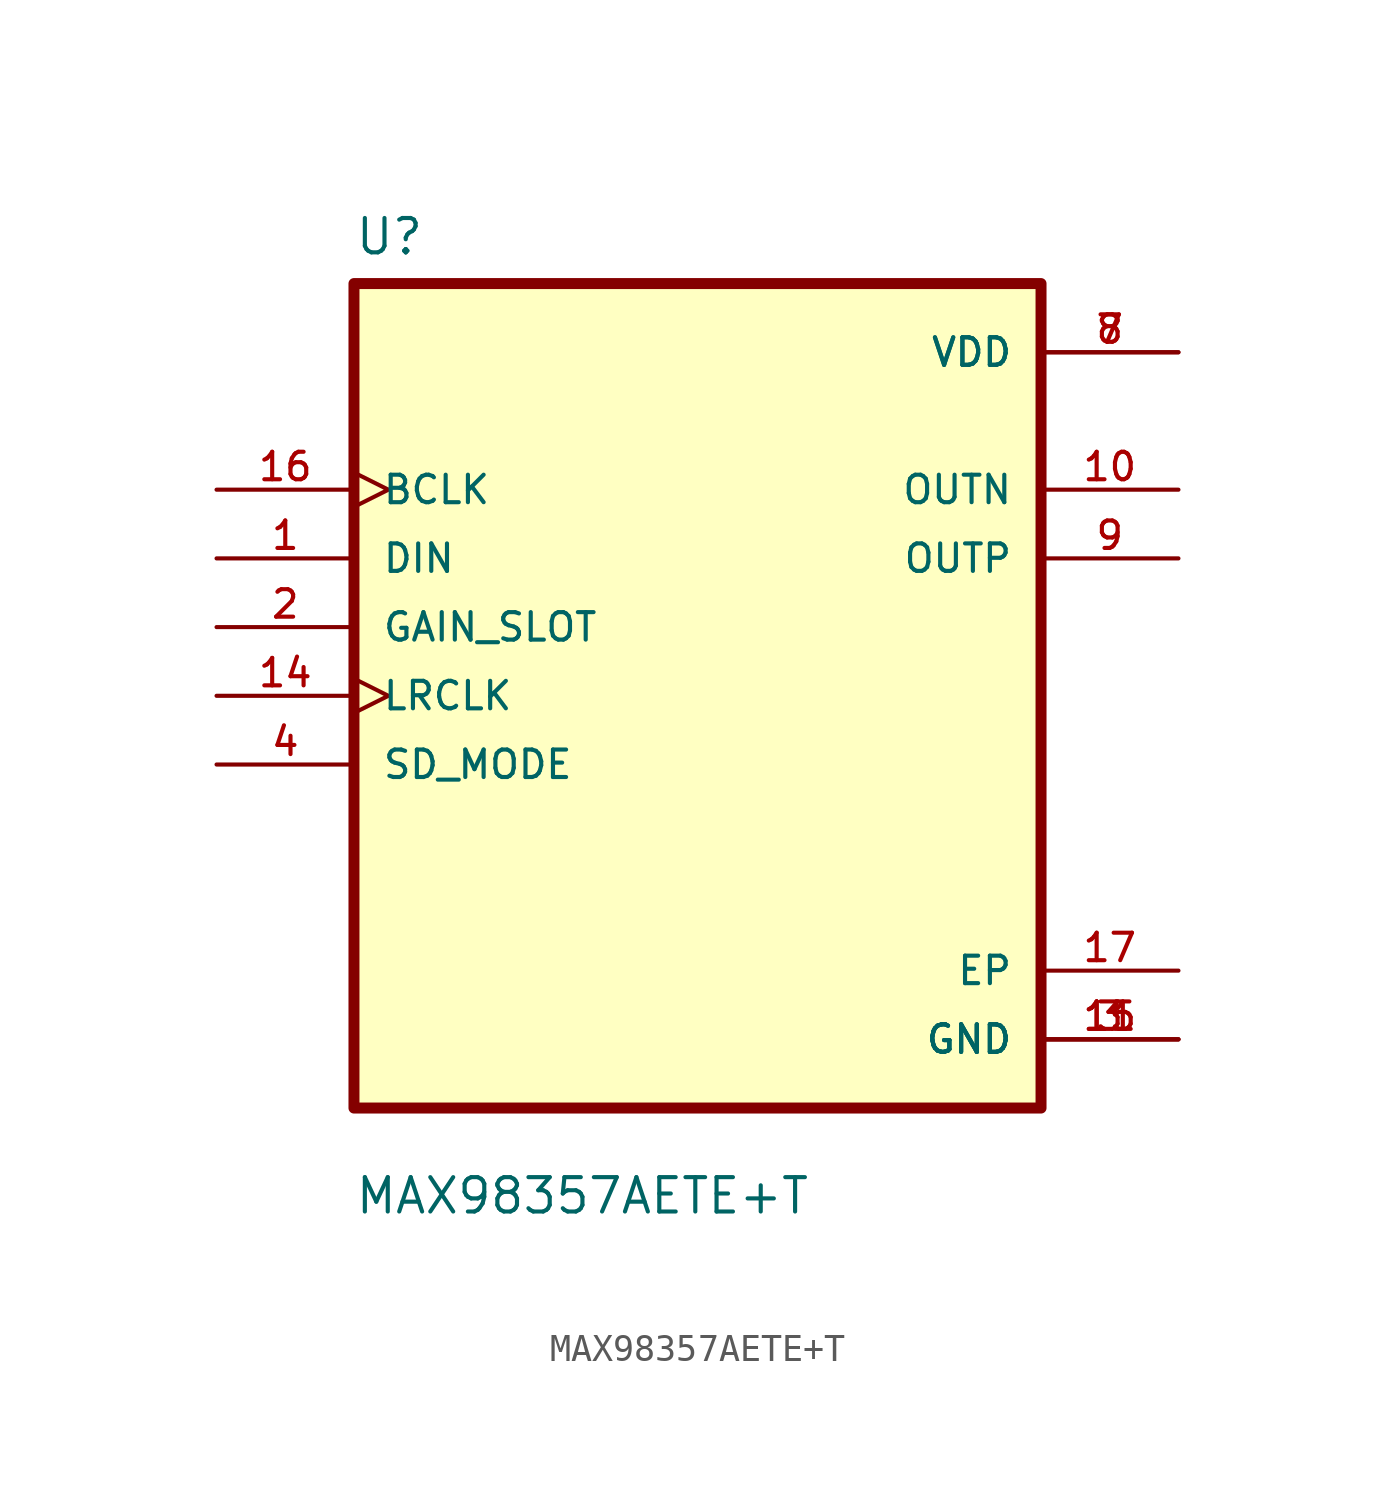
<source format=kicad_sym>
(kicad_symbol_lib
  (version 20211014)
  (generator kicad_symbol_editor)
  (symbol "MAX98357AETE+T"
    (pin_names
      (offset 1.016))
    (property "Reference" "U"
      (at -12.7 16.231 0)
      (effects (font (size 1.27 1.27)) (justify left bottom)))
    (property "Value" "MAX98357AETE+T"
      (at -12.7 -19.228 0)
      (effects (font (size 1.27 1.27)) (justify left bottom)))
    (property "ki_locked" ""
      (at 0 0 0)
      (effects (font (size 1.27 1.27))))
    (symbol "MAX98357AETE+T_0_0"
      (rectangle (start -12.7 -15.24) (end 12.7 15.24) (stroke (width 0.406) (type default) (color 0 0 0 0)) (fill (type background)))
      (pin input line (at -17.78 5.08 0) (length 5.08) (name "DIN" (effects (font (size 1.016 1.016)))) (number "1" (effects (font (size 1.016 1.016)))))
      (pin output line (at 17.78 7.62 180) (length 5.08) (name "OUTN" (effects (font (size 1.016 1.016)))) (number "10" (effects (font (size 1.016 1.016)))))
      (pin power_in line (at 17.78 -12.7 180) (length 5.08) (name "GND" (effects (font (size 1.016 1.016)))) (number "11" (effects (font (size 1.016 1.016)))))
      (pin input clock (at -17.78 0 0) (length 5.08) (name "LRCLK" (effects (font (size 1.016 1.016)))) (number "14" (effects (font (size 1.016 1.016)))))
      (pin power_in line (at 17.78 -12.7 180) (length 5.08) (name "GND" (effects (font (size 1.016 1.016)))) (number "15" (effects (font (size 1.016 1.016)))))
      (pin input clock (at -17.78 7.62 0) (length 5.08) (name "BCLK" (effects (font (size 1.016 1.016)))) (number "16" (effects (font (size 1.016 1.016)))))
      (pin power_in line (at 17.78 -10.16 180) (length 5.08) (name "EP" (effects (font (size 1.016 1.016)))) (number "17" (effects (font (size 1.016 1.016)))))
      (pin input line (at -17.78 2.54 0) (length 5.08) (name "GAIN_SLOT" (effects (font (size 1.016 1.016)))) (number "2" (effects (font (size 1.016 1.016)))))
      (pin power_in line (at 17.78 -12.7 180) (length 5.08) (name "GND" (effects (font (size 1.016 1.016)))) (number "3" (effects (font (size 1.016 1.016)))))
      (pin input line (at -17.78 -2.54 0) (length 5.08) (name "SD_MODE" (effects (font (size 1.016 1.016)))) (number "4" (effects (font (size 1.016 1.016)))))
      (pin power_in line (at 17.78 12.7 180) (length 5.08) (name "VDD" (effects (font (size 1.016 1.016)))) (number "7" (effects (font (size 1.016 1.016)))))
      (pin power_in line (at 17.78 12.7 180) (length 5.08) (name "VDD" (effects (font (size 1.016 1.016)))) (number "8" (effects (font (size 1.016 1.016)))))
      (pin output line (at 17.78 5.08 180) (length 5.08) (name "OUTP" (effects (font (size 1.016 1.016)))) (number "9" (effects (font (size 1.016 1.016))))))))
</source>
